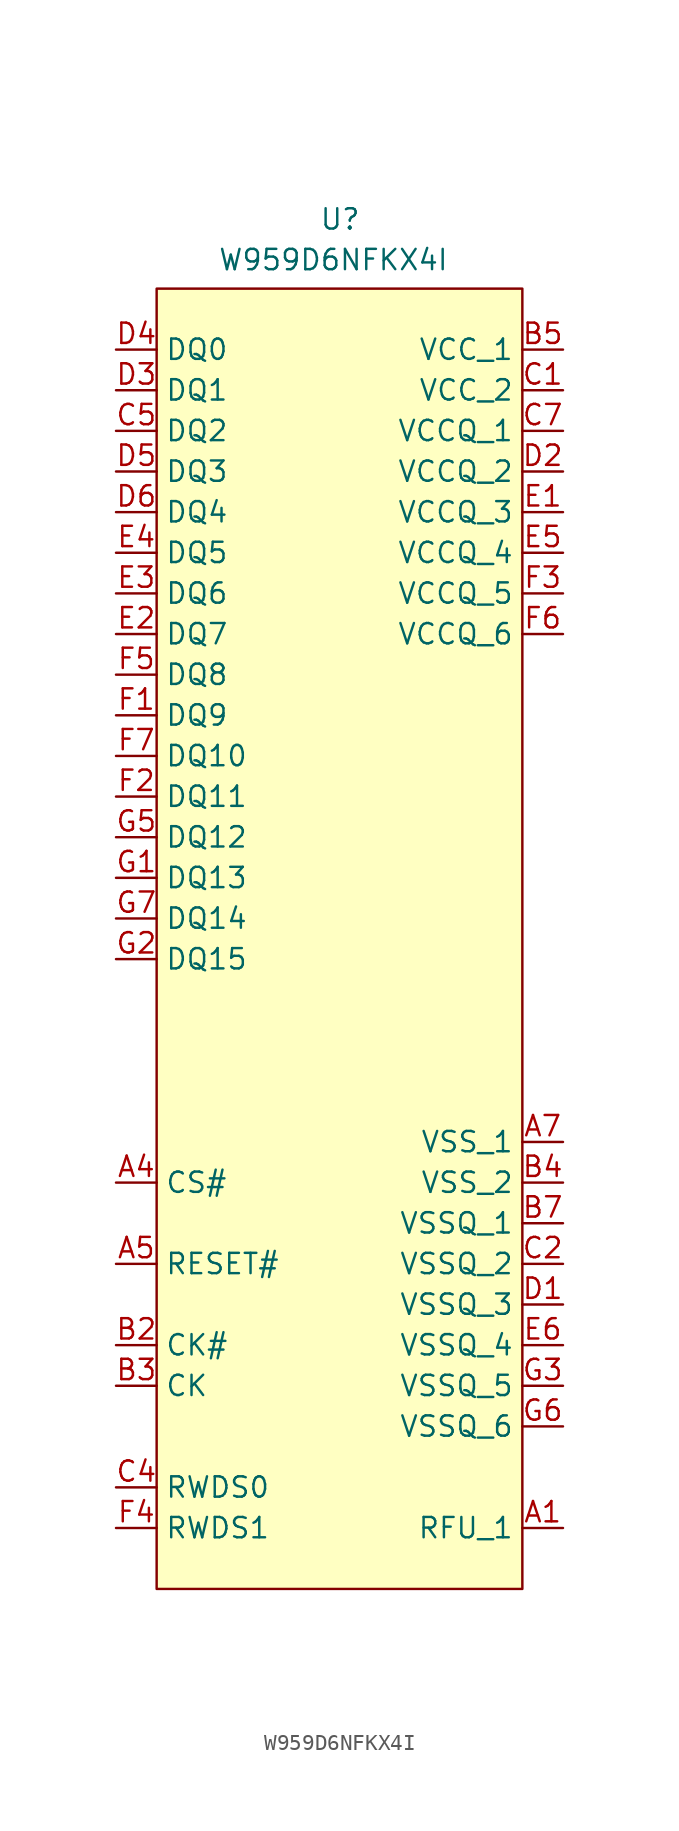
<source format=kicad_sym>
(kicad_symbol_lib
  (version 20231120)
  (generator "kicad_symbol_editor")
  (generator_version "8.0")
  (symbol "W959D6NFKX4I"
    (property "Reference" "U"
      (at 10.16 8.89 0)
      (effects (font (size 1.27 1.27)) (justify left top)))
    (property "Value" "W959D6NFKX4I"
      (at 3.81 6.35 0)
      (effects (font (size 1.27 1.27)) (justify left top)))
    (symbol "W959D6NFKX4I_1_1"
      (rectangle (start 0 3.81) (end 22.86 -77.47) (stroke (width 0) (type default)) (fill (type background)))
      (pin passive line (at 25.4 -73.66 180) (length 2.54) (name "RFU_1" (effects (font (size 1.27 1.27)))) (number "A1" (effects (font (size 1.27 1.27)))))
      (pin passive line (at 25.4 -73.66 180) (length 2.54) hide (name "RFU_2" (effects (font (size 1.27 1.27)))) (number "A2" (effects (font (size 1.27 1.27)))))
      (pin passive line (at 25.4 -73.66 180) (length 2.54) hide (name "RFU_3" (effects (font (size 1.27 1.27)))) (number "A3" (effects (font (size 1.27 1.27)))))
      (pin passive line (at -2.54 -52.07 0) (length 2.54) (name "CS#" (effects (font (size 1.27 1.27)))) (number "A4" (effects (font (size 1.27 1.27)))))
      (pin passive line (at -2.54 -57.15 0) (length 2.54) (name "RESET#" (effects (font (size 1.27 1.27)))) (number "A5" (effects (font (size 1.27 1.27)))))
      (pin passive line (at 25.4 -73.66 180) (length 2.54) hide (name "RFU_4" (effects (font (size 1.27 1.27)))) (number "A6" (effects (font (size 1.27 1.27)))))
      (pin passive line (at 25.4 -49.53 180) (length 2.54) (name "VSS_1" (effects (font (size 1.27 1.27)))) (number "A7" (effects (font (size 1.27 1.27)))))
      (pin passive line (at 25.4 -73.66 180) (length 2.54) hide (name "RFU_5" (effects (font (size 1.27 1.27)))) (number "B1" (effects (font (size 1.27 1.27)))))
      (pin passive line (at -2.54 -62.23 0) (length 2.54) (name "CK#" (effects (font (size 1.27 1.27)))) (number "B2" (effects (font (size 1.27 1.27)))))
      (pin passive line (at -2.54 -64.77 0) (length 2.54) (name "CK" (effects (font (size 1.27 1.27)))) (number "B3" (effects (font (size 1.27 1.27)))))
      (pin passive line (at 25.4 -52.07 180) (length 2.54) (name "VSS_2" (effects (font (size 1.27 1.27)))) (number "B4" (effects (font (size 1.27 1.27)))))
      (pin passive line (at 25.4 0 180) (length 2.54) (name "VCC_1" (effects (font (size 1.27 1.27)))) (number "B5" (effects (font (size 1.27 1.27)))))
      (pin passive line (at 25.4 -73.66 180) (length 2.54) hide (name "RFU_6" (effects (font (size 1.27 1.27)))) (number "B6" (effects (font (size 1.27 1.27)))))
      (pin passive line (at 25.4 -54.61 180) (length 2.54) (name "VSSQ_1" (effects (font (size 1.27 1.27)))) (number "B7" (effects (font (size 1.27 1.27)))))
      (pin passive line (at 25.4 -2.54 180) (length 2.54) (name "VCC_2" (effects (font (size 1.27 1.27)))) (number "C1" (effects (font (size 1.27 1.27)))))
      (pin passive line (at 25.4 -57.15 180) (length 2.54) (name "VSSQ_2" (effects (font (size 1.27 1.27)))) (number "C2" (effects (font (size 1.27 1.27)))))
      (pin passive line (at 25.4 -73.66 180) (length 2.54) hide (name "RFU_7" (effects (font (size 1.27 1.27)))) (number "C3" (effects (font (size 1.27 1.27)))))
      (pin passive line (at -2.54 -71.12 0) (length 2.54) (name "RWDS0" (effects (font (size 1.27 1.27)))) (number "C4" (effects (font (size 1.27 1.27)))))
      (pin passive line (at -2.54 -5.08 0) (length 2.54) (name "DQ2" (effects (font (size 1.27 1.27)))) (number "C5" (effects (font (size 1.27 1.27)))))
      (pin passive line (at 25.4 -73.66 180) (length 2.54) hide (name "RFU_8" (effects (font (size 1.27 1.27)))) (number "C6" (effects (font (size 1.27 1.27)))))
      (pin passive line (at 25.4 -5.08 180) (length 2.54) (name "VCCQ_1" (effects (font (size 1.27 1.27)))) (number "C7" (effects (font (size 1.27 1.27)))))
      (pin passive line (at 25.4 -59.69 180) (length 2.54) (name "VSSQ_3" (effects (font (size 1.27 1.27)))) (number "D1" (effects (font (size 1.27 1.27)))))
      (pin passive line (at 25.4 -7.62 180) (length 2.54) (name "VCCQ_2" (effects (font (size 1.27 1.27)))) (number "D2" (effects (font (size 1.27 1.27)))))
      (pin passive line (at -2.54 -2.54 0) (length 2.54) (name "DQ1" (effects (font (size 1.27 1.27)))) (number "D3" (effects (font (size 1.27 1.27)))))
      (pin passive line (at -2.54 0 0) (length 2.54) (name "DQ0" (effects (font (size 1.27 1.27)))) (number "D4" (effects (font (size 1.27 1.27)))))
      (pin passive line (at -2.54 -7.62 0) (length 2.54) (name "DQ3" (effects (font (size 1.27 1.27)))) (number "D5" (effects (font (size 1.27 1.27)))))
      (pin passive line (at -2.54 -10.16 0) (length 2.54) (name "DQ4" (effects (font (size 1.27 1.27)))) (number "D6" (effects (font (size 1.27 1.27)))))
      (pin passive line (at 25.4 -73.66 180) (length 2.54) hide (name "RFU_9" (effects (font (size 1.27 1.27)))) (number "D7" (effects (font (size 1.27 1.27)))))
      (pin passive line (at 25.4 -10.16 180) (length 2.54) (name "VCCQ_3" (effects (font (size 1.27 1.27)))) (number "E1" (effects (font (size 1.27 1.27)))))
      (pin passive line (at -2.54 -17.78 0) (length 2.54) (name "DQ7" (effects (font (size 1.27 1.27)))) (number "E2" (effects (font (size 1.27 1.27)))))
      (pin passive line (at -2.54 -15.24 0) (length 2.54) (name "DQ6" (effects (font (size 1.27 1.27)))) (number "E3" (effects (font (size 1.27 1.27)))))
      (pin passive line (at -2.54 -12.7 0) (length 2.54) (name "DQ5" (effects (font (size 1.27 1.27)))) (number "E4" (effects (font (size 1.27 1.27)))))
      (pin passive line (at 25.4 -12.7 180) (length 2.54) (name "VCCQ_4" (effects (font (size 1.27 1.27)))) (number "E5" (effects (font (size 1.27 1.27)))))
      (pin passive line (at 25.4 -62.23 180) (length 2.54) (name "VSSQ_4" (effects (font (size 1.27 1.27)))) (number "E6" (effects (font (size 1.27 1.27)))))
      (pin passive line (at 25.4 -73.66 180) (length 2.54) hide (name "RFU_10" (effects (font (size 1.27 1.27)))) (number "E7" (effects (font (size 1.27 1.27)))))
      (pin passive line (at -2.54 -22.86 0) (length 2.54) (name "DQ9" (effects (font (size 1.27 1.27)))) (number "F1" (effects (font (size 1.27 1.27)))))
      (pin passive line (at -2.54 -27.94 0) (length 2.54) (name "DQ11" (effects (font (size 1.27 1.27)))) (number "F2" (effects (font (size 1.27 1.27)))))
      (pin passive line (at 25.4 -15.24 180) (length 2.54) (name "VCCQ_5" (effects (font (size 1.27 1.27)))) (number "F3" (effects (font (size 1.27 1.27)))))
      (pin passive line (at -2.54 -73.66 0) (length 2.54) (name "RWDS1" (effects (font (size 1.27 1.27)))) (number "F4" (effects (font (size 1.27 1.27)))))
      (pin passive line (at -2.54 -20.32 0) (length 2.54) (name "DQ8" (effects (font (size 1.27 1.27)))) (number "F5" (effects (font (size 1.27 1.27)))))
      (pin passive line (at 25.4 -17.78 180) (length 2.54) (name "VCCQ_6" (effects (font (size 1.27 1.27)))) (number "F6" (effects (font (size 1.27 1.27)))))
      (pin passive line (at -2.54 -25.4 0) (length 2.54) (name "DQ10" (effects (font (size 1.27 1.27)))) (number "F7" (effects (font (size 1.27 1.27)))))
      (pin passive line (at -2.54 -33.02 0) (length 2.54) (name "DQ13" (effects (font (size 1.27 1.27)))) (number "G1" (effects (font (size 1.27 1.27)))))
      (pin passive line (at -2.54 -38.1 0) (length 2.54) (name "DQ15" (effects (font (size 1.27 1.27)))) (number "G2" (effects (font (size 1.27 1.27)))))
      (pin passive line (at 25.4 -64.77 180) (length 2.54) (name "VSSQ_5" (effects (font (size 1.27 1.27)))) (number "G3" (effects (font (size 1.27 1.27)))))
      (pin passive line (at 25.4 -73.66 180) (length 2.54) hide (name "RFU_11" (effects (font (size 1.27 1.27)))) (number "G4" (effects (font (size 1.27 1.27)))))
      (pin passive line (at -2.54 -30.48 0) (length 2.54) (name "DQ12" (effects (font (size 1.27 1.27)))) (number "G5" (effects (font (size 1.27 1.27)))))
      (pin passive line (at 25.4 -67.31 180) (length 2.54) (name "VSSQ_6" (effects (font (size 1.27 1.27)))) (number "G6" (effects (font (size 1.27 1.27)))))
      (pin passive line (at -2.54 -35.56 0) (length 2.54) (name "DQ14" (effects (font (size 1.27 1.27)))) (number "G7" (effects (font (size 1.27 1.27))))))))
</source>
